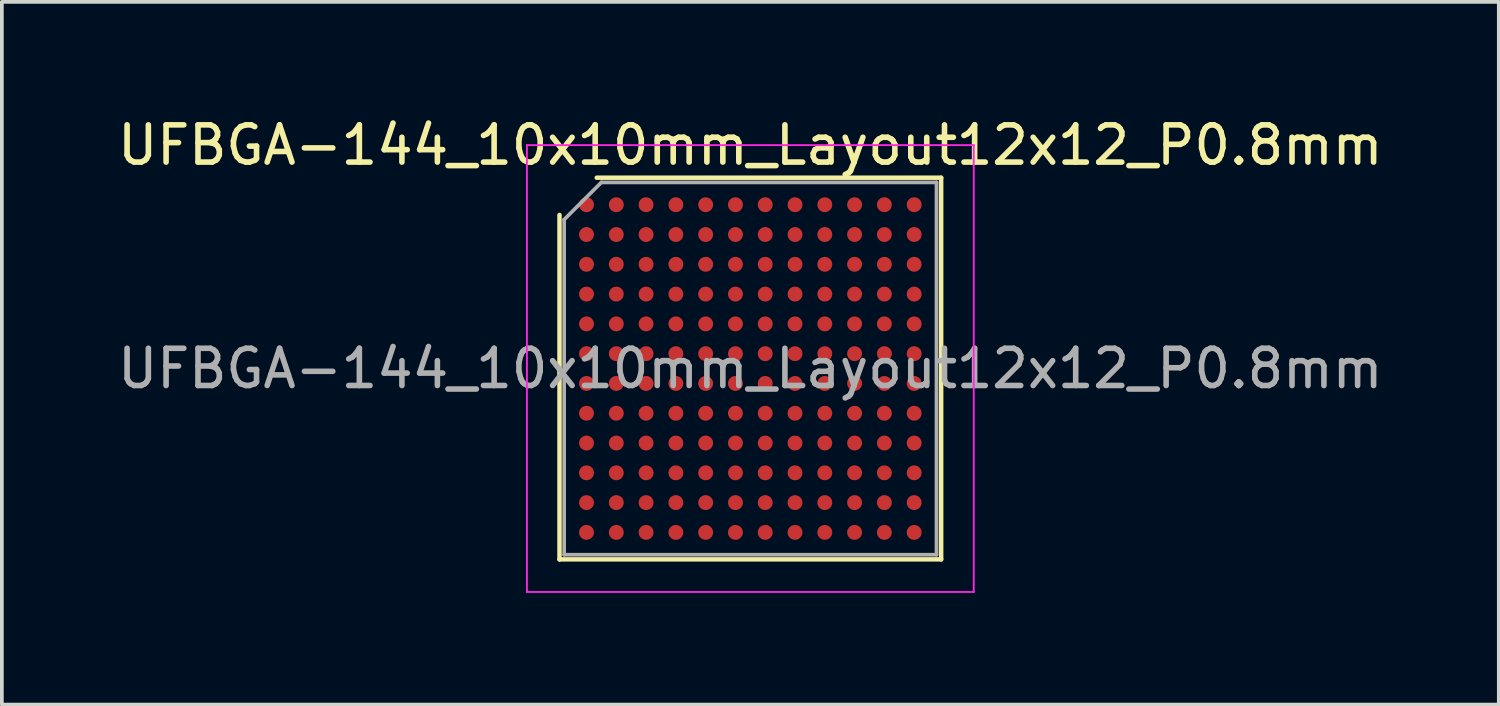
<source format=kicad_pcb>
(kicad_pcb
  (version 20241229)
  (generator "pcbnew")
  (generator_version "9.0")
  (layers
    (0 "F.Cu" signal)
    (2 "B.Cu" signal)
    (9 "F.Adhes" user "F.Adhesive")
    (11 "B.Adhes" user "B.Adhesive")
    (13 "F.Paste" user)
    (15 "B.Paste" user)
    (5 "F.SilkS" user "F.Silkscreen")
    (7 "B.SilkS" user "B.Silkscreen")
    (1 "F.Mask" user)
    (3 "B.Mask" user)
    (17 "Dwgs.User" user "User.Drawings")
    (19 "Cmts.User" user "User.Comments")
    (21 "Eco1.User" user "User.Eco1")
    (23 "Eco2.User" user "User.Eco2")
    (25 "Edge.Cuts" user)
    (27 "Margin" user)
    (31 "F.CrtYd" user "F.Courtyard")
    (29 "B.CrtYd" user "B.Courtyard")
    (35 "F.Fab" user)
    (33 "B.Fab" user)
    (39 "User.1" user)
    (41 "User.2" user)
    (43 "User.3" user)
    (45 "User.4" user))
  (footprint "UFBGA-144_10x10mm_Layout12x12_P0.8mm"
    (layer "F.Cu")
    (at 17.101 6.848)
    (property "Reference" "UFBGA-144_10x10mm_Layout12x12_P0.8mm" (at 0 -6 0) (layer "F.SilkS") (effects (font (size 1 1) (thickness 0.15))))
    (attr smd)
    (fp_line (start -5.125 5.125) (end -5.125 -4.125) (stroke (width 0.12) (type solid)) (layer "F.SilkS"))
    (fp_line (start -4.125 -5.125) (end 5.125 -5.125) (stroke (width 0.12) (type solid)) (layer "F.SilkS"))
    (fp_line (start 5.125 -5.125) (end 5.125 5.125) (stroke (width 0.12) (type solid)) (layer "F.SilkS"))
    (fp_line (start 5.125 5.125) (end -5.125 5.125) (stroke (width 0.12) (type solid)) (layer "F.SilkS"))
    (fp_line (start -6 -6) (end -6 6) (stroke (width 0.05) (type solid)) (layer "F.CrtYd"))
    (fp_line (start -6 6) (end 6 6) (stroke (width 0.05) (type solid)) (layer "F.CrtYd"))
    (fp_line (start 6 -6) (end -6 -6) (stroke (width 0.05) (type solid)) (layer "F.CrtYd"))
    (fp_line (start 6 6) (end 6 -6) (stroke (width 0.05) (type solid)) (layer "F.CrtYd"))
    (fp_line (start -5 -4) (end -4 -5) (stroke (width 0.1) (type solid)) (layer "F.Fab"))
    (fp_line (start -5 5) (end -5 -4) (stroke (width 0.1) (type solid)) (layer "F.Fab"))
    (fp_line (start -4 -5) (end 5 -5) (stroke (width 0.1) (type solid)) (layer "F.Fab"))
    (fp_line (start 5 -5) (end 5 5) (stroke (width 0.1) (type solid)) (layer "F.Fab"))
    (fp_line (start 5 5) (end -5 5) (stroke (width 0.1) (type solid)) (layer "F.Fab"))
    (fp_text user "${REFERENCE}" (at 0 0 0) (layer "F.Fab") (effects (font (size 1 1) (thickness 0.15))))
    (pad "A1" smd circle (at -4.4 -4.4) (size 0.4 0.4) (layers "F.Cu" "F.Mask" "F.Paste"))
    (pad "A2" smd circle (at -3.6 -4.4) (size 0.4 0.4) (layers "F.Cu" "F.Mask" "F.Paste"))
    (pad "A3" smd circle (at -2.8 -4.4) (size 0.4 0.4) (layers "F.Cu" "F.Mask" "F.Paste"))
    (pad "A4" smd circle (at -2 -4.4) (size 0.4 0.4) (layers "F.Cu" "F.Mask" "F.Paste"))
    (pad "A5" smd circle (at -1.2 -4.4) (size 0.4 0.4) (layers "F.Cu" "F.Mask" "F.Paste"))
    (pad "A6" smd circle (at -0.4 -4.4) (size 0.4 0.4) (layers "F.Cu" "F.Mask" "F.Paste"))
    (pad "A7" smd circle (at 0.4 -4.4) (size 0.4 0.4) (layers "F.Cu" "F.Mask" "F.Paste"))
    (pad "A8" smd circle (at 1.2 -4.4) (size 0.4 0.4) (layers "F.Cu" "F.Mask" "F.Paste"))
    (pad "A9" smd circle (at 2 -4.4) (size 0.4 0.4) (layers "F.Cu" "F.Mask" "F.Paste"))
    (pad "A10" smd circle (at 2.8 -4.4) (size 0.4 0.4) (layers "F.Cu" "F.Mask" "F.Paste"))
    (pad "A11" smd circle (at 3.6 -4.4) (size 0.4 0.4) (layers "F.Cu" "F.Mask" "F.Paste"))
    (pad "A12" smd circle (at 4.4 -4.4) (size 0.4 0.4) (layers "F.Cu" "F.Mask" "F.Paste"))
    (pad "B1" smd circle (at -4.4 -3.6) (size 0.4 0.4) (layers "F.Cu" "F.Mask" "F.Paste"))
    (pad "B2" smd circle (at -3.6 -3.6) (size 0.4 0.4) (layers "F.Cu" "F.Mask" "F.Paste"))
    (pad "B3" smd circle (at -2.8 -3.6) (size 0.4 0.4) (layers "F.Cu" "F.Mask" "F.Paste"))
    (pad "B4" smd circle (at -2 -3.6) (size 0.4 0.4) (layers "F.Cu" "F.Mask" "F.Paste"))
    (pad "B5" smd circle (at -1.2 -3.6) (size 0.4 0.4) (layers "F.Cu" "F.Mask" "F.Paste"))
    (pad "B6" smd circle (at -0.4 -3.6) (size 0.4 0.4) (layers "F.Cu" "F.Mask" "F.Paste"))
    (pad "B7" smd circle (at 0.4 -3.6) (size 0.4 0.4) (layers "F.Cu" "F.Mask" "F.Paste"))
    (pad "B8" smd circle (at 1.2 -3.6) (size 0.4 0.4) (layers "F.Cu" "F.Mask" "F.Paste"))
    (pad "B9" smd circle (at 2 -3.6) (size 0.4 0.4) (layers "F.Cu" "F.Mask" "F.Paste"))
    (pad "B10" smd circle (at 2.8 -3.6) (size 0.4 0.4) (layers "F.Cu" "F.Mask" "F.Paste"))
    (pad "B11" smd circle (at 3.6 -3.6) (size 0.4 0.4) (layers "F.Cu" "F.Mask" "F.Paste"))
    (pad "B12" smd circle (at 4.4 -3.6) (size 0.4 0.4) (layers "F.Cu" "F.Mask" "F.Paste"))
    (pad "C1" smd circle (at -4.4 -2.8) (size 0.4 0.4) (layers "F.Cu" "F.Mask" "F.Paste"))
    (pad "C2" smd circle (at -3.6 -2.8) (size 0.4 0.4) (layers "F.Cu" "F.Mask" "F.Paste"))
    (pad "C3" smd circle (at -2.8 -2.8) (size 0.4 0.4) (layers "F.Cu" "F.Mask" "F.Paste"))
    (pad "C4" smd circle (at -2 -2.8) (size 0.4 0.4) (layers "F.Cu" "F.Mask" "F.Paste"))
    (pad "C5" smd circle (at -1.2 -2.8) (size 0.4 0.4) (layers "F.Cu" "F.Mask" "F.Paste"))
    (pad "C6" smd circle (at -0.4 -2.8) (size 0.4 0.4) (layers "F.Cu" "F.Mask" "F.Paste"))
    (pad "C7" smd circle (at 0.4 -2.8) (size 0.4 0.4) (layers "F.Cu" "F.Mask" "F.Paste"))
    (pad "C8" smd circle (at 1.2 -2.8) (size 0.4 0.4) (layers "F.Cu" "F.Mask" "F.Paste"))
    (pad "C9" smd circle (at 2 -2.8) (size 0.4 0.4) (layers "F.Cu" "F.Mask" "F.Paste"))
    (pad "C10" smd circle (at 2.8 -2.8) (size 0.4 0.4) (layers "F.Cu" "F.Mask" "F.Paste"))
    (pad "C11" smd circle (at 3.6 -2.8) (size 0.4 0.4) (layers "F.Cu" "F.Mask" "F.Paste"))
    (pad "C12" smd circle (at 4.4 -2.8) (size 0.4 0.4) (layers "F.Cu" "F.Mask" "F.Paste"))
    (pad "D1" smd circle (at -4.4 -2) (size 0.4 0.4) (layers "F.Cu" "F.Mask" "F.Paste"))
    (pad "D2" smd circle (at -3.6 -2) (size 0.4 0.4) (layers "F.Cu" "F.Mask" "F.Paste"))
    (pad "D3" smd circle (at -2.8 -2) (size 0.4 0.4) (layers "F.Cu" "F.Mask" "F.Paste"))
    (pad "D4" smd circle (at -2 -2) (size 0.4 0.4) (layers "F.Cu" "F.Mask" "F.Paste"))
    (pad "D5" smd circle (at -1.2 -2) (size 0.4 0.4) (layers "F.Cu" "F.Mask" "F.Paste"))
    (pad "D6" smd circle (at -0.4 -2) (size 0.4 0.4) (layers "F.Cu" "F.Mask" "F.Paste"))
    (pad "D7" smd circle (at 0.4 -2) (size 0.4 0.4) (layers "F.Cu" "F.Mask" "F.Paste"))
    (pad "D8" smd circle (at 1.2 -2) (size 0.4 0.4) (layers "F.Cu" "F.Mask" "F.Paste"))
    (pad "D9" smd circle (at 2 -2) (size 0.4 0.4) (layers "F.Cu" "F.Mask" "F.Paste"))
    (pad "D10" smd circle (at 2.8 -2) (size 0.4 0.4) (layers "F.Cu" "F.Mask" "F.Paste"))
    (pad "D11" smd circle (at 3.6 -2) (size 0.4 0.4) (layers "F.Cu" "F.Mask" "F.Paste"))
    (pad "D12" smd circle (at 4.4 -2) (size 0.4 0.4) (layers "F.Cu" "F.Mask" "F.Paste"))
    (pad "E1" smd circle (at -4.4 -1.2) (size 0.4 0.4) (layers "F.Cu" "F.Mask" "F.Paste"))
    (pad "E2" smd circle (at -3.6 -1.2) (size 0.4 0.4) (layers "F.Cu" "F.Mask" "F.Paste"))
    (pad "E3" smd circle (at -2.8 -1.2) (size 0.4 0.4) (layers "F.Cu" "F.Mask" "F.Paste"))
    (pad "E4" smd circle (at -2 -1.2) (size 0.4 0.4) (layers "F.Cu" "F.Mask" "F.Paste"))
    (pad "E5" smd circle (at -1.2 -1.2) (size 0.4 0.4) (layers "F.Cu" "F.Mask" "F.Paste"))
    (pad "E6" smd circle (at -0.4 -1.2) (size 0.4 0.4) (layers "F.Cu" "F.Mask" "F.Paste"))
    (pad "E7" smd circle (at 0.4 -1.2) (size 0.4 0.4) (layers "F.Cu" "F.Mask" "F.Paste"))
    (pad "E8" smd circle (at 1.2 -1.2) (size 0.4 0.4) (layers "F.Cu" "F.Mask" "F.Paste"))
    (pad "E9" smd circle (at 2 -1.2) (size 0.4 0.4) (layers "F.Cu" "F.Mask" "F.Paste"))
    (pad "E10" smd circle (at 2.8 -1.2) (size 0.4 0.4) (layers "F.Cu" "F.Mask" "F.Paste"))
    (pad "E11" smd circle (at 3.6 -1.2) (size 0.4 0.4) (layers "F.Cu" "F.Mask" "F.Paste"))
    (pad "E12" smd circle (at 4.4 -1.2) (size 0.4 0.4) (layers "F.Cu" "F.Mask" "F.Paste"))
    (pad "F1" smd circle (at -4.4 -0.4) (size 0.4 0.4) (layers "F.Cu" "F.Mask" "F.Paste"))
    (pad "F2" smd circle (at -3.6 -0.4) (size 0.4 0.4) (layers "F.Cu" "F.Mask" "F.Paste"))
    (pad "F3" smd circle (at -2.8 -0.4) (size 0.4 0.4) (layers "F.Cu" "F.Mask" "F.Paste"))
    (pad "F4" smd circle (at -2 -0.4) (size 0.4 0.4) (layers "F.Cu" "F.Mask" "F.Paste"))
    (pad "F5" smd circle (at -1.2 -0.4) (size 0.4 0.4) (layers "F.Cu" "F.Mask" "F.Paste"))
    (pad "F6" smd circle (at -0.4 -0.4) (size 0.4 0.4) (layers "F.Cu" "F.Mask" "F.Paste"))
    (pad "F7" smd circle (at 0.4 -0.4) (size 0.4 0.4) (layers "F.Cu" "F.Mask" "F.Paste"))
    (pad "F8" smd circle (at 1.2 -0.4) (size 0.4 0.4) (layers "F.Cu" "F.Mask" "F.Paste"))
    (pad "F9" smd circle (at 2 -0.4) (size 0.4 0.4) (layers "F.Cu" "F.Mask" "F.Paste"))
    (pad "F10" smd circle (at 2.8 -0.4) (size 0.4 0.4) (layers "F.Cu" "F.Mask" "F.Paste"))
    (pad "F11" smd circle (at 3.6 -0.4) (size 0.4 0.4) (layers "F.Cu" "F.Mask" "F.Paste"))
    (pad "F12" smd circle (at 4.4 -0.4) (size 0.4 0.4) (layers "F.Cu" "F.Mask" "F.Paste"))
    (pad "G1" smd circle (at -4.4 0.4) (size 0.4 0.4) (layers "F.Cu" "F.Mask" "F.Paste"))
    (pad "G2" smd circle (at -3.6 0.4) (size 0.4 0.4) (layers "F.Cu" "F.Mask" "F.Paste"))
    (pad "G3" smd circle (at -2.8 0.4) (size 0.4 0.4) (layers "F.Cu" "F.Mask" "F.Paste"))
    (pad "G4" smd circle (at -2 0.4) (size 0.4 0.4) (layers "F.Cu" "F.Mask" "F.Paste"))
    (pad "G5" smd circle (at -1.2 0.4) (size 0.4 0.4) (layers "F.Cu" "F.Mask" "F.Paste"))
    (pad "G6" smd circle (at -0.4 0.4) (size 0.4 0.4) (layers "F.Cu" "F.Mask" "F.Paste"))
    (pad "G7" smd circle (at 0.4 0.4) (size 0.4 0.4) (layers "F.Cu" "F.Mask" "F.Paste"))
    (pad "G8" smd circle (at 1.2 0.4) (size 0.4 0.4) (layers "F.Cu" "F.Mask" "F.Paste"))
    (pad "G9" smd circle (at 2 0.4) (size 0.4 0.4) (layers "F.Cu" "F.Mask" "F.Paste"))
    (pad "G10" smd circle (at 2.8 0.4) (size 0.4 0.4) (layers "F.Cu" "F.Mask" "F.Paste"))
    (pad "G11" smd circle (at 3.6 0.4) (size 0.4 0.4) (layers "F.Cu" "F.Mask" "F.Paste"))
    (pad "G12" smd circle (at 4.4 0.4) (size 0.4 0.4) (layers "F.Cu" "F.Mask" "F.Paste"))
    (pad "H1" smd circle (at -4.4 1.2) (size 0.4 0.4) (layers "F.Cu" "F.Mask" "F.Paste"))
    (pad "H2" smd circle (at -3.6 1.2) (size 0.4 0.4) (layers "F.Cu" "F.Mask" "F.Paste"))
    (pad "H3" smd circle (at -2.8 1.2) (size 0.4 0.4) (layers "F.Cu" "F.Mask" "F.Paste"))
    (pad "H4" smd circle (at -2 1.2) (size 0.4 0.4) (layers "F.Cu" "F.Mask" "F.Paste"))
    (pad "H5" smd circle (at -1.2 1.2) (size 0.4 0.4) (layers "F.Cu" "F.Mask" "F.Paste"))
    (pad "H6" smd circle (at -0.4 1.2) (size 0.4 0.4) (layers "F.Cu" "F.Mask" "F.Paste"))
    (pad "H7" smd circle (at 0.4 1.2) (size 0.4 0.4) (layers "F.Cu" "F.Mask" "F.Paste"))
    (pad "H8" smd circle (at 1.2 1.2) (size 0.4 0.4) (layers "F.Cu" "F.Mask" "F.Paste"))
    (pad "H9" smd circle (at 2 1.2) (size 0.4 0.4) (layers "F.Cu" "F.Mask" "F.Paste"))
    (pad "H10" smd circle (at 2.8 1.2) (size 0.4 0.4) (layers "F.Cu" "F.Mask" "F.Paste"))
    (pad "H11" smd circle (at 3.6 1.2) (size 0.4 0.4) (layers "F.Cu" "F.Mask" "F.Paste"))
    (pad "H12" smd circle (at 4.4 1.2) (size 0.4 0.4) (layers "F.Cu" "F.Mask" "F.Paste"))
    (pad "J1" smd circle (at -4.4 2) (size 0.4 0.4) (layers "F.Cu" "F.Mask" "F.Paste"))
    (pad "J2" smd circle (at -3.6 2) (size 0.4 0.4) (layers "F.Cu" "F.Mask" "F.Paste"))
    (pad "J3" smd circle (at -2.8 2) (size 0.4 0.4) (layers "F.Cu" "F.Mask" "F.Paste"))
    (pad "J4" smd circle (at -2 2) (size 0.4 0.4) (layers "F.Cu" "F.Mask" "F.Paste"))
    (pad "J5" smd circle (at -1.2 2) (size 0.4 0.4) (layers "F.Cu" "F.Mask" "F.Paste"))
    (pad "J6" smd circle (at -0.4 2) (size 0.4 0.4) (layers "F.Cu" "F.Mask" "F.Paste"))
    (pad "J7" smd circle (at 0.4 2) (size 0.4 0.4) (layers "F.Cu" "F.Mask" "F.Paste"))
    (pad "J8" smd circle (at 1.2 2) (size 0.4 0.4) (layers "F.Cu" "F.Mask" "F.Paste"))
    (pad "J9" smd circle (at 2 2) (size 0.4 0.4) (layers "F.Cu" "F.Mask" "F.Paste"))
    (pad "J10" smd circle (at 2.8 2) (size 0.4 0.4) (layers "F.Cu" "F.Mask" "F.Paste"))
    (pad "J11" smd circle (at 3.6 2) (size 0.4 0.4) (layers "F.Cu" "F.Mask" "F.Paste"))
    (pad "J12" smd circle (at 4.4 2) (size 0.4 0.4) (layers "F.Cu" "F.Mask" "F.Paste"))
    (pad "K1" smd circle (at -4.4 2.8) (size 0.4 0.4) (layers "F.Cu" "F.Mask" "F.Paste"))
    (pad "K2" smd circle (at -3.6 2.8) (size 0.4 0.4) (layers "F.Cu" "F.Mask" "F.Paste"))
    (pad "K3" smd circle (at -2.8 2.8) (size 0.4 0.4) (layers "F.Cu" "F.Mask" "F.Paste"))
    (pad "K4" smd circle (at -2 2.8) (size 0.4 0.4) (layers "F.Cu" "F.Mask" "F.Paste"))
    (pad "K5" smd circle (at -1.2 2.8) (size 0.4 0.4) (layers "F.Cu" "F.Mask" "F.Paste"))
    (pad "K6" smd circle (at -0.4 2.8) (size 0.4 0.4) (layers "F.Cu" "F.Mask" "F.Paste"))
    (pad "K7" smd circle (at 0.4 2.8) (size 0.4 0.4) (layers "F.Cu" "F.Mask" "F.Paste"))
    (pad "K8" smd circle (at 1.2 2.8) (size 0.4 0.4) (layers "F.Cu" "F.Mask" "F.Paste"))
    (pad "K9" smd circle (at 2 2.8) (size 0.4 0.4) (layers "F.Cu" "F.Mask" "F.Paste"))
    (pad "K10" smd circle (at 2.8 2.8) (size 0.4 0.4) (layers "F.Cu" "F.Mask" "F.Paste"))
    (pad "K11" smd circle (at 3.6 2.8) (size 0.4 0.4) (layers "F.Cu" "F.Mask" "F.Paste"))
    (pad "K12" smd circle (at 4.4 2.8) (size 0.4 0.4) (layers "F.Cu" "F.Mask" "F.Paste"))
    (pad "L1" smd circle (at -4.4 3.6) (size 0.4 0.4) (layers "F.Cu" "F.Mask" "F.Paste"))
    (pad "L2" smd circle (at -3.6 3.6) (size 0.4 0.4) (layers "F.Cu" "F.Mask" "F.Paste"))
    (pad "L3" smd circle (at -2.8 3.6) (size 0.4 0.4) (layers "F.Cu" "F.Mask" "F.Paste"))
    (pad "L4" smd circle (at -2 3.6) (size 0.4 0.4) (layers "F.Cu" "F.Mask" "F.Paste"))
    (pad "L5" smd circle (at -1.2 3.6) (size 0.4 0.4) (layers "F.Cu" "F.Mask" "F.Paste"))
    (pad "L6" smd circle (at -0.4 3.6) (size 0.4 0.4) (layers "F.Cu" "F.Mask" "F.Paste"))
    (pad "L7" smd circle (at 0.4 3.6) (size 0.4 0.4) (layers "F.Cu" "F.Mask" "F.Paste"))
    (pad "L8" smd circle (at 1.2 3.6) (size 0.4 0.4) (layers "F.Cu" "F.Mask" "F.Paste"))
    (pad "L9" smd circle (at 2 3.6) (size 0.4 0.4) (layers "F.Cu" "F.Mask" "F.Paste"))
    (pad "L10" smd circle (at 2.8 3.6) (size 0.4 0.4) (layers "F.Cu" "F.Mask" "F.Paste"))
    (pad "L11" smd circle (at 3.6 3.6) (size 0.4 0.4) (layers "F.Cu" "F.Mask" "F.Paste"))
    (pad "L12" smd circle (at 4.4 3.6) (size 0.4 0.4) (layers "F.Cu" "F.Mask" "F.Paste"))
    (pad "M1" smd circle (at -4.4 4.4) (size 0.4 0.4) (layers "F.Cu" "F.Mask" "F.Paste"))
    (pad "M2" smd circle (at -3.6 4.4) (size 0.4 0.4) (layers "F.Cu" "F.Mask" "F.Paste"))
    (pad "M3" smd circle (at -2.8 4.4) (size 0.4 0.4) (layers "F.Cu" "F.Mask" "F.Paste"))
    (pad "M4" smd circle (at -2 4.4) (size 0.4 0.4) (layers "F.Cu" "F.Mask" "F.Paste"))
    (pad "M5" smd circle (at -1.2 4.4) (size 0.4 0.4) (layers "F.Cu" "F.Mask" "F.Paste"))
    (pad "M6" smd circle (at -0.4 4.4) (size 0.4 0.4) (layers "F.Cu" "F.Mask" "F.Paste"))
    (pad "M7" smd circle (at 0.4 4.4) (size 0.4 0.4) (layers "F.Cu" "F.Mask" "F.Paste"))
    (pad "M8" smd circle (at 1.2 4.4) (size 0.4 0.4) (layers "F.Cu" "F.Mask" "F.Paste"))
    (pad "M9" smd circle (at 2 4.4) (size 0.4 0.4) (layers "F.Cu" "F.Mask" "F.Paste"))
    (pad "M10" smd circle (at 2.8 4.4) (size 0.4 0.4) (layers "F.Cu" "F.Mask" "F.Paste"))
    (pad "M11" smd circle (at 3.6 4.4) (size 0.4 0.4) (layers "F.Cu" "F.Mask" "F.Paste"))
    (pad "M12" smd circle (at 4.4 4.4) (size 0.4 0.4) (layers "F.Cu" "F.Mask" "F.Paste")))
  (gr_rect
    (start -3 -3)
    (end 37.202 15.873)
    (stroke (width 0.1) (type default))
    (fill no)
    (layer "Edge.Cuts")))
</source>
